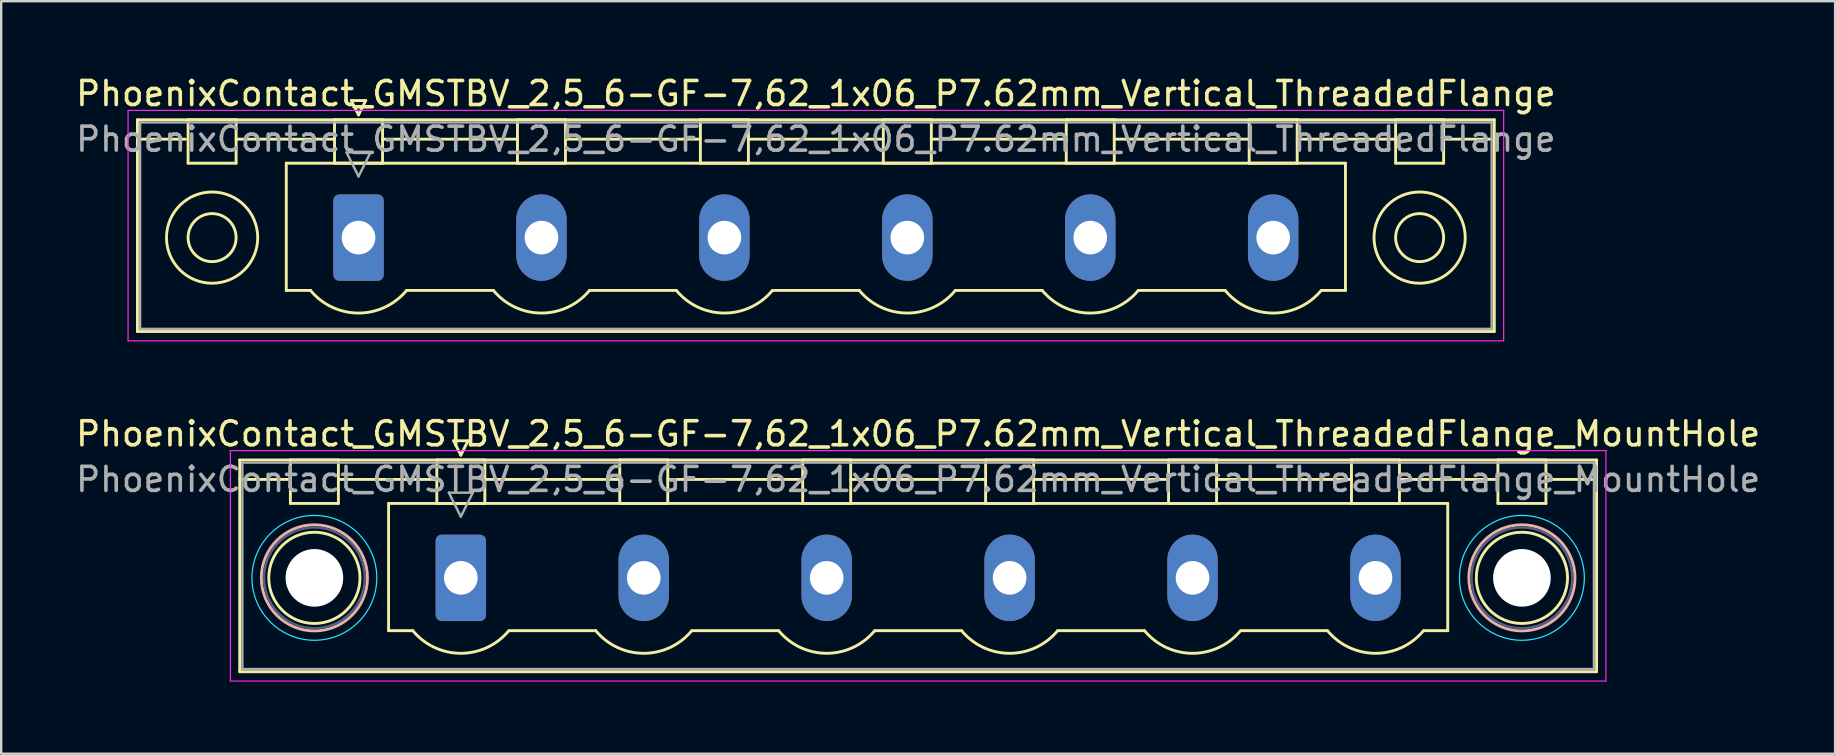
<source format=kicad_pcb>
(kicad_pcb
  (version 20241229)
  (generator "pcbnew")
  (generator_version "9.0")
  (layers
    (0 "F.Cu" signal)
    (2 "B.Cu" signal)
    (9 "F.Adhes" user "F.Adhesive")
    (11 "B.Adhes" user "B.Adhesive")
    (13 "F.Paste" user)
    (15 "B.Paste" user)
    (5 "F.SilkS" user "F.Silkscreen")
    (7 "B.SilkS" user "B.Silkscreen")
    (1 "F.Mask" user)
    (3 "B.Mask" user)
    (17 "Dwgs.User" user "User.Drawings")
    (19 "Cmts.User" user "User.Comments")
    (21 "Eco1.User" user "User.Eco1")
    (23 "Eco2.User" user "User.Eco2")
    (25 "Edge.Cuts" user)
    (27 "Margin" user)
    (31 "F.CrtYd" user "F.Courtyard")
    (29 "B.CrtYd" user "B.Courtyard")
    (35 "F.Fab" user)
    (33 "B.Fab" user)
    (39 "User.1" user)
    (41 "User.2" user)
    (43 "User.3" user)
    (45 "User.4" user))
  (footprint "PhoenixContact_GMSTBV_2,5_6-GF-7,62_1x06_P7.62mm_Vertical_ThreadedFlange"
    (layer "F.Cu")
    (at 11.885 6.848)
    (property "Reference" "PhoenixContact_GMSTBV_2,5_6-GF-7,62_1x06_P7.62mm_Vertical_ThreadedFlange" (at 19.05 -6 0) (layer "F.SilkS") (effects (font (size 1 1) (thickness 0.15))))
    (attr through_hole)
    (fp_line (start -9.21 -4.91) (end -9.21 3.91) (stroke (width 0.12) (type solid)) (layer "F.SilkS"))
    (fp_line (start -9.21 -4.1) (end -7.21 -4.1) (stroke (width 0.12) (type solid)) (layer "F.SilkS"))
    (fp_line (start -9.21 3.91) (end 47.31 3.91) (stroke (width 0.12) (type solid)) (layer "F.SilkS"))
    (fp_line (start -7.1 -4.91) (end -5.1 -4.91) (stroke (width 0.12) (type solid)) (layer "F.SilkS"))
    (fp_line (start -7.1 -3.1) (end -7.1 -4.91) (stroke (width 0.12) (type solid)) (layer "F.SilkS"))
    (fp_line (start -5.1 -4.91) (end -5.1 -3.1) (stroke (width 0.12) (type solid)) (layer "F.SilkS"))
    (fp_line (start -5.1 -4.1) (end -1 -4.1) (stroke (width 0.12) (type solid)) (layer "F.SilkS"))
    (fp_line (start -5.1 -3.1) (end -7.1 -3.1) (stroke (width 0.12) (type solid)) (layer "F.SilkS"))
    (fp_line (start -3.01 -3.1) (end 41.11 -3.1) (stroke (width 0.12) (type solid)) (layer "F.SilkS"))
    (fp_line (start -3.01 2.2) (end -3.01 -3.1) (stroke (width 0.12) (type solid)) (layer "F.SilkS"))
    (fp_line (start -2 2.2) (end -3.01 2.2) (stroke (width 0.12) (type solid)) (layer "F.SilkS"))
    (fp_line (start -1 -4.91) (end 1 -4.91) (stroke (width 0.12) (type solid)) (layer "F.SilkS"))
    (fp_line (start -1 -3.1) (end -1 -4.91) (stroke (width 0.12) (type solid)) (layer "F.SilkS"))
    (fp_line (start -0.3 -5.71) (end 0.3 -5.71) (stroke (width 0.12) (type solid)) (layer "F.SilkS"))
    (fp_line (start 0 -5.11) (end -0.3 -5.71) (stroke (width 0.12) (type solid)) (layer "F.SilkS"))
    (fp_line (start 0.3 -5.71) (end 0 -5.11) (stroke (width 0.12) (type solid)) (layer "F.SilkS"))
    (fp_line (start 1 -4.91) (end 1 -3.1) (stroke (width 0.12) (type solid)) (layer "F.SilkS"))
    (fp_line (start 1 -4.1) (end 6.62 -4.1) (stroke (width 0.12) (type solid)) (layer "F.SilkS"))
    (fp_line (start 1 -3.1) (end -1 -3.1) (stroke (width 0.12) (type solid)) (layer "F.SilkS"))
    (fp_line (start 2 2.2) (end 5.62 2.2) (stroke (width 0.12) (type solid)) (layer "F.SilkS"))
    (fp_line (start 6.62 -4.91) (end 8.62 -4.91) (stroke (width 0.12) (type solid)) (layer "F.SilkS"))
    (fp_line (start 6.62 -3.1) (end 6.62 -4.91) (stroke (width 0.12) (type solid)) (layer "F.SilkS"))
    (fp_line (start 8.62 -4.91) (end 8.62 -3.1) (stroke (width 0.12) (type solid)) (layer "F.SilkS"))
    (fp_line (start 8.62 -4.1) (end 14.24 -4.1) (stroke (width 0.12) (type solid)) (layer "F.SilkS"))
    (fp_line (start 8.62 -3.1) (end 6.62 -3.1) (stroke (width 0.12) (type solid)) (layer "F.SilkS"))
    (fp_line (start 9.62 2.2) (end 13.24 2.2) (stroke (width 0.12) (type solid)) (layer "F.SilkS"))
    (fp_line (start 14.24 -4.91) (end 16.24 -4.91) (stroke (width 0.12) (type solid)) (layer "F.SilkS"))
    (fp_line (start 14.24 -3.1) (end 14.24 -4.91) (stroke (width 0.12) (type solid)) (layer "F.SilkS"))
    (fp_line (start 16.24 -4.91) (end 16.24 -3.1) (stroke (width 0.12) (type solid)) (layer "F.SilkS"))
    (fp_line (start 16.24 -4.1) (end 21.86 -4.1) (stroke (width 0.12) (type solid)) (layer "F.SilkS"))
    (fp_line (start 16.24 -3.1) (end 14.24 -3.1) (stroke (width 0.12) (type solid)) (layer "F.SilkS"))
    (fp_line (start 17.24 2.2) (end 20.86 2.2) (stroke (width 0.12) (type solid)) (layer "F.SilkS"))
    (fp_line (start 21.86 -4.91) (end 23.86 -4.91) (stroke (width 0.12) (type solid)) (layer "F.SilkS"))
    (fp_line (start 21.86 -3.1) (end 21.86 -4.91) (stroke (width 0.12) (type solid)) (layer "F.SilkS"))
    (fp_line (start 23.86 -4.91) (end 23.86 -3.1) (stroke (width 0.12) (type solid)) (layer "F.SilkS"))
    (fp_line (start 23.86 -4.1) (end 29.48 -4.1) (stroke (width 0.12) (type solid)) (layer "F.SilkS"))
    (fp_line (start 23.86 -3.1) (end 21.86 -3.1) (stroke (width 0.12) (type solid)) (layer "F.SilkS"))
    (fp_line (start 24.86 2.2) (end 28.48 2.2) (stroke (width 0.12) (type solid)) (layer "F.SilkS"))
    (fp_line (start 29.48 -4.91) (end 31.48 -4.91) (stroke (width 0.12) (type solid)) (layer "F.SilkS"))
    (fp_line (start 29.48 -3.1) (end 29.48 -4.91) (stroke (width 0.12) (type solid)) (layer "F.SilkS"))
    (fp_line (start 31.48 -4.91) (end 31.48 -3.1) (stroke (width 0.12) (type solid)) (layer "F.SilkS"))
    (fp_line (start 31.48 -4.1) (end 37.1 -4.1) (stroke (width 0.12) (type solid)) (layer "F.SilkS"))
    (fp_line (start 31.48 -3.1) (end 29.48 -3.1) (stroke (width 0.12) (type solid)) (layer "F.SilkS"))
    (fp_line (start 32.48 2.2) (end 36.1 2.2) (stroke (width 0.12) (type solid)) (layer "F.SilkS"))
    (fp_line (start 37.1 -4.91) (end 39.1 -4.91) (stroke (width 0.12) (type solid)) (layer "F.SilkS"))
    (fp_line (start 37.1 -3.1) (end 37.1 -4.91) (stroke (width 0.12) (type solid)) (layer "F.SilkS"))
    (fp_line (start 39.1 -4.91) (end 39.1 -3.1) (stroke (width 0.12) (type solid)) (layer "F.SilkS"))
    (fp_line (start 39.1 -4.1) (end 43.2 -4.1) (stroke (width 0.12) (type solid)) (layer "F.SilkS"))
    (fp_line (start 39.1 -3.1) (end 37.1 -3.1) (stroke (width 0.12) (type solid)) (layer "F.SilkS"))
    (fp_line (start 41.11 -3.1) (end 41.11 2.2) (stroke (width 0.12) (type solid)) (layer "F.SilkS"))
    (fp_line (start 41.11 2.2) (end 40.1 2.2) (stroke (width 0.12) (type solid)) (layer "F.SilkS"))
    (fp_line (start 43.2 -4.91) (end 45.2 -4.91) (stroke (width 0.12) (type solid)) (layer "F.SilkS"))
    (fp_line (start 43.2 -3.1) (end 43.2 -4.91) (stroke (width 0.12) (type solid)) (layer "F.SilkS"))
    (fp_line (start 45.2 -4.91) (end 45.2 -3.1) (stroke (width 0.12) (type solid)) (layer "F.SilkS"))
    (fp_line (start 45.2 -3.1) (end 43.2 -3.1) (stroke (width 0.12) (type solid)) (layer "F.SilkS"))
    (fp_line (start 47.31 -4.91) (end -9.21 -4.91) (stroke (width 0.12) (type solid)) (layer "F.SilkS"))
    (fp_line (start 47.31 -4.1) (end 45.31 -4.1) (stroke (width 0.12) (type solid)) (layer "F.SilkS"))
    (fp_line (start 47.31 3.91) (end 47.31 -4.91) (stroke (width 0.12) (type solid)) (layer "F.SilkS"))
    (fp_arc (start 1.986842 2.215821) (mid -0.010289 3.142758) (end -2 2.2) (stroke (width 0.12) (type solid)) (layer "F.SilkS"))
    (fp_arc (start 9.606842 2.215821) (mid 7.609711 3.142758) (end 5.62 2.2) (stroke (width 0.12) (type solid)) (layer "F.SilkS"))
    (fp_arc (start 17.226842 2.215821) (mid 15.229711 3.142758) (end 13.24 2.2) (stroke (width 0.12) (type solid)) (layer "F.SilkS"))
    (fp_arc (start 24.846842 2.215821) (mid 22.849711 3.142758) (end 20.86 2.2) (stroke (width 0.12) (type solid)) (layer "F.SilkS"))
    (fp_arc (start 32.466842 2.215821) (mid 30.469711 3.142758) (end 28.48 2.2) (stroke (width 0.12) (type solid)) (layer "F.SilkS"))
    (fp_arc (start 40.086842 2.215821) (mid 38.089711 3.142758) (end 36.1 2.2) (stroke (width 0.12) (type solid)) (layer "F.SilkS"))
    (fp_circle (center -6.1 0) (end -5.1 0) (stroke (width 0.12) (type solid)) (fill no) (layer "F.SilkS"))
    (fp_circle (center -6.1 0) (end -4.2 0) (stroke (width 0.12) (type solid)) (fill no) (layer "F.SilkS"))
    (fp_circle (center 44.2 0) (end 45.2 0) (stroke (width 0.12) (type solid)) (fill no) (layer "F.SilkS"))
    (fp_circle (center 44.2 0) (end 46.1 0) (stroke (width 0.12) (type solid)) (fill no) (layer "F.SilkS"))
    (fp_line (start -9.6 -5.3) (end -9.6 4.3) (stroke (width 0.05) (type solid)) (layer "F.CrtYd"))
    (fp_line (start -9.6 4.3) (end 47.7 4.3) (stroke (width 0.05) (type solid)) (layer "F.CrtYd"))
    (fp_line (start 47.7 -5.3) (end -9.6 -5.3) (stroke (width 0.05) (type solid)) (layer "F.CrtYd"))
    (fp_line (start 47.7 4.3) (end 47.7 -5.3) (stroke (width 0.05) (type solid)) (layer "F.CrtYd"))
    (fp_line (start -9.1 -4.8) (end -9.1 3.8) (stroke (width 0.1) (type solid)) (layer "F.Fab"))
    (fp_line (start -9.1 3.8) (end 47.2 3.8) (stroke (width 0.1) (type solid)) (layer "F.Fab"))
    (fp_line (start -0.5 -3.55) (end 0.5 -3.55) (stroke (width 0.1) (type solid)) (layer "F.Fab"))
    (fp_line (start 0 -2.55) (end -0.5 -3.55) (stroke (width 0.1) (type solid)) (layer "F.Fab"))
    (fp_line (start 0.5 -3.55) (end 0 -2.55) (stroke (width 0.1) (type solid)) (layer "F.Fab"))
    (fp_line (start 47.2 -4.8) (end -9.1 -4.8) (stroke (width 0.1) (type solid)) (layer "F.Fab"))
    (fp_line (start 47.2 3.8) (end 47.2 -4.8) (stroke (width 0.1) (type solid)) (layer "F.Fab"))
    (fp_text user "${REFERENCE}" (at 19.05 -4.1 0) (layer "F.Fab") (effects (font (size 1 1) (thickness 0.15))))
    (pad "1" thru_hole roundrect (at 0 0) (size 2.1 3.6) (drill 1.4) (layers "*.Cu" "*.Mask") (roundrect_rratio 0.119))
    (pad "2" thru_hole oval (at 7.62 0) (size 2.1 3.6) (drill 1.4) (layers "*.Cu" "*.Mask"))
    (pad "3" thru_hole oval (at 15.24 0) (size 2.1 3.6) (drill 1.4) (layers "*.Cu" "*.Mask"))
    (pad "4" thru_hole oval (at 22.86 0) (size 2.1 3.6) (drill 1.4) (layers "*.Cu" "*.Mask"))
    (pad "5" thru_hole oval (at 30.48 0) (size 2.1 3.6) (drill 1.4) (layers "*.Cu" "*.Mask"))
    (pad "6" thru_hole oval (at 38.1 0) (size 2.1 3.6) (drill 1.4) (layers "*.Cu" "*.Mask")))
  (footprint "PhoenixContact_GMSTBV_2,5_6-GF-7,62_1x06_P7.62mm_Vertical_ThreadedFlange_MountHole"
    (layer "F.Cu")
    (at 16.146 21.021)
    (property "Reference" "PhoenixContact_GMSTBV_2,5_6-GF-7,62_1x06_P7.62mm_Vertical_ThreadedFlange_MountHole" (at 19.05 -6 0) (layer "F.SilkS") (effects (font (size 1 1) (thickness 0.15))))
    (attr through_hole)
    (fp_line (start -9.21 -4.91) (end -9.21 3.91) (stroke (width 0.12) (type solid)) (layer "F.SilkS"))
    (fp_line (start -9.21 -4.1) (end -7.21 -4.1) (stroke (width 0.12) (type solid)) (layer "F.SilkS"))
    (fp_line (start -9.21 3.91) (end 47.31 3.91) (stroke (width 0.12) (type solid)) (layer "F.SilkS"))
    (fp_line (start -7.1 -4.91) (end -5.1 -4.91) (stroke (width 0.12) (type solid)) (layer "F.SilkS"))
    (fp_line (start -7.1 -3.1) (end -7.1 -4.91) (stroke (width 0.12) (type solid)) (layer "F.SilkS"))
    (fp_line (start -5.1 -4.91) (end -5.1 -3.1) (stroke (width 0.12) (type solid)) (layer "F.SilkS"))
    (fp_line (start -5.1 -4.1) (end -1 -4.1) (stroke (width 0.12) (type solid)) (layer "F.SilkS"))
    (fp_line (start -5.1 -3.1) (end -7.1 -3.1) (stroke (width 0.12) (type solid)) (layer "F.SilkS"))
    (fp_line (start -3.01 -3.1) (end 41.11 -3.1) (stroke (width 0.12) (type solid)) (layer "F.SilkS"))
    (fp_line (start -3.01 2.2) (end -3.01 -3.1) (stroke (width 0.12) (type solid)) (layer "F.SilkS"))
    (fp_line (start -2 2.2) (end -3.01 2.2) (stroke (width 0.12) (type solid)) (layer "F.SilkS"))
    (fp_line (start -1 -4.91) (end 1 -4.91) (stroke (width 0.12) (type solid)) (layer "F.SilkS"))
    (fp_line (start -1 -3.1) (end -1 -4.91) (stroke (width 0.12) (type solid)) (layer "F.SilkS"))
    (fp_line (start -0.3 -5.71) (end 0.3 -5.71) (stroke (width 0.12) (type solid)) (layer "F.SilkS"))
    (fp_line (start 0 -5.11) (end -0.3 -5.71) (stroke (width 0.12) (type solid)) (layer "F.SilkS"))
    (fp_line (start 0.3 -5.71) (end 0 -5.11) (stroke (width 0.12) (type solid)) (layer "F.SilkS"))
    (fp_line (start 1 -4.91) (end 1 -3.1) (stroke (width 0.12) (type solid)) (layer "F.SilkS"))
    (fp_line (start 1 -4.1) (end 6.62 -4.1) (stroke (width 0.12) (type solid)) (layer "F.SilkS"))
    (fp_line (start 1 -3.1) (end -1 -3.1) (stroke (width 0.12) (type solid)) (layer "F.SilkS"))
    (fp_line (start 2 2.2) (end 5.62 2.2) (stroke (width 0.12) (type solid)) (layer "F.SilkS"))
    (fp_line (start 6.62 -4.91) (end 8.62 -4.91) (stroke (width 0.12) (type solid)) (layer "F.SilkS"))
    (fp_line (start 6.62 -3.1) (end 6.62 -4.91) (stroke (width 0.12) (type solid)) (layer "F.SilkS"))
    (fp_line (start 8.62 -4.91) (end 8.62 -3.1) (stroke (width 0.12) (type solid)) (layer "F.SilkS"))
    (fp_line (start 8.62 -4.1) (end 14.24 -4.1) (stroke (width 0.12) (type solid)) (layer "F.SilkS"))
    (fp_line (start 8.62 -3.1) (end 6.62 -3.1) (stroke (width 0.12) (type solid)) (layer "F.SilkS"))
    (fp_line (start 9.62 2.2) (end 13.24 2.2) (stroke (width 0.12) (type solid)) (layer "F.SilkS"))
    (fp_line (start 14.24 -4.91) (end 16.24 -4.91) (stroke (width 0.12) (type solid)) (layer "F.SilkS"))
    (fp_line (start 14.24 -3.1) (end 14.24 -4.91) (stroke (width 0.12) (type solid)) (layer "F.SilkS"))
    (fp_line (start 16.24 -4.91) (end 16.24 -3.1) (stroke (width 0.12) (type solid)) (layer "F.SilkS"))
    (fp_line (start 16.24 -4.1) (end 21.86 -4.1) (stroke (width 0.12) (type solid)) (layer "F.SilkS"))
    (fp_line (start 16.24 -3.1) (end 14.24 -3.1) (stroke (width 0.12) (type solid)) (layer "F.SilkS"))
    (fp_line (start 17.24 2.2) (end 20.86 2.2) (stroke (width 0.12) (type solid)) (layer "F.SilkS"))
    (fp_line (start 21.86 -4.91) (end 23.86 -4.91) (stroke (width 0.12) (type solid)) (layer "F.SilkS"))
    (fp_line (start 21.86 -3.1) (end 21.86 -4.91) (stroke (width 0.12) (type solid)) (layer "F.SilkS"))
    (fp_line (start 23.86 -4.91) (end 23.86 -3.1) (stroke (width 0.12) (type solid)) (layer "F.SilkS"))
    (fp_line (start 23.86 -4.1) (end 29.48 -4.1) (stroke (width 0.12) (type solid)) (layer "F.SilkS"))
    (fp_line (start 23.86 -3.1) (end 21.86 -3.1) (stroke (width 0.12) (type solid)) (layer "F.SilkS"))
    (fp_line (start 24.86 2.2) (end 28.48 2.2) (stroke (width 0.12) (type solid)) (layer "F.SilkS"))
    (fp_line (start 29.48 -4.91) (end 31.48 -4.91) (stroke (width 0.12) (type solid)) (layer "F.SilkS"))
    (fp_line (start 29.48 -3.1) (end 29.48 -4.91) (stroke (width 0.12) (type solid)) (layer "F.SilkS"))
    (fp_line (start 31.48 -4.91) (end 31.48 -3.1) (stroke (width 0.12) (type solid)) (layer "F.SilkS"))
    (fp_line (start 31.48 -4.1) (end 37.1 -4.1) (stroke (width 0.12) (type solid)) (layer "F.SilkS"))
    (fp_line (start 31.48 -3.1) (end 29.48 -3.1) (stroke (width 0.12) (type solid)) (layer "F.SilkS"))
    (fp_line (start 32.48 2.2) (end 36.1 2.2) (stroke (width 0.12) (type solid)) (layer "F.SilkS"))
    (fp_line (start 37.1 -4.91) (end 39.1 -4.91) (stroke (width 0.12) (type solid)) (layer "F.SilkS"))
    (fp_line (start 37.1 -3.1) (end 37.1 -4.91) (stroke (width 0.12) (type solid)) (layer "F.SilkS"))
    (fp_line (start 39.1 -4.91) (end 39.1 -3.1) (stroke (width 0.12) (type solid)) (layer "F.SilkS"))
    (fp_line (start 39.1 -4.1) (end 43.2 -4.1) (stroke (width 0.12) (type solid)) (layer "F.SilkS"))
    (fp_line (start 39.1 -3.1) (end 37.1 -3.1) (stroke (width 0.12) (type solid)) (layer "F.SilkS"))
    (fp_line (start 41.11 -3.1) (end 41.11 2.2) (stroke (width 0.12) (type solid)) (layer "F.SilkS"))
    (fp_line (start 41.11 2.2) (end 40.1 2.2) (stroke (width 0.12) (type solid)) (layer "F.SilkS"))
    (fp_line (start 43.2 -4.91) (end 45.2 -4.91) (stroke (width 0.12) (type solid)) (layer "F.SilkS"))
    (fp_line (start 43.2 -3.1) (end 43.2 -4.91) (stroke (width 0.12) (type solid)) (layer "F.SilkS"))
    (fp_line (start 45.2 -4.91) (end 45.2 -3.1) (stroke (width 0.12) (type solid)) (layer "F.SilkS"))
    (fp_line (start 45.2 -3.1) (end 43.2 -3.1) (stroke (width 0.12) (type solid)) (layer "F.SilkS"))
    (fp_line (start 47.31 -4.91) (end -9.21 -4.91) (stroke (width 0.12) (type solid)) (layer "F.SilkS"))
    (fp_line (start 47.31 -4.1) (end 45.31 -4.1) (stroke (width 0.12) (type solid)) (layer "F.SilkS"))
    (fp_line (start 47.31 3.91) (end 47.31 -4.91) (stroke (width 0.12) (type solid)) (layer "F.SilkS"))
    (fp_arc (start 1.986842 2.215821) (mid -0.010289 3.142758) (end -2 2.2) (stroke (width 0.12) (type solid)) (layer "F.SilkS"))
    (fp_arc (start 9.606842 2.215821) (mid 7.609711 3.142758) (end 5.62 2.2) (stroke (width 0.12) (type solid)) (layer "F.SilkS"))
    (fp_arc (start 17.226842 2.215821) (mid 15.229711 3.142758) (end 13.24 2.2) (stroke (width 0.12) (type solid)) (layer "F.SilkS"))
    (fp_arc (start 24.846842 2.215821) (mid 22.849711 3.142758) (end 20.86 2.2) (stroke (width 0.12) (type solid)) (layer "F.SilkS"))
    (fp_arc (start 32.466842 2.215821) (mid 30.469711 3.142758) (end 28.48 2.2) (stroke (width 0.12) (type solid)) (layer "F.SilkS"))
    (fp_arc (start 40.086842 2.215821) (mid 38.089711 3.142758) (end 36.1 2.2) (stroke (width 0.12) (type solid)) (layer "F.SilkS"))
    (fp_circle (center -6.1 0) (end -4.2 0) (stroke (width 0.12) (type solid)) (fill no) (layer "F.SilkS"))
    (fp_circle (center 44.2 0) (end 46.1 0) (stroke (width 0.12) (type solid)) (fill no) (layer "F.SilkS"))
    (fp_circle (center -6.1 0) (end -3.89 0) (stroke (width 0.12) (type solid)) (fill no) (layer "B.SilkS"))
    (fp_circle (center 44.2 0) (end 46.41 0) (stroke (width 0.12) (type solid)) (fill no) (layer "B.SilkS"))
    (fp_circle (center -6.1 0) (end -3.5 0) (stroke (width 0.05) (type solid)) (fill no) (layer "B.CrtYd"))
    (fp_circle (center 44.2 0) (end 46.8 0) (stroke (width 0.05) (type solid)) (fill no) (layer "B.CrtYd"))
    (fp_line (start -9.6 -5.3) (end -9.6 4.3) (stroke (width 0.05) (type solid)) (layer "F.CrtYd"))
    (fp_line (start -9.6 4.3) (end 47.7 4.3) (stroke (width 0.05) (type solid)) (layer "F.CrtYd"))
    (fp_line (start 47.7 -5.3) (end -9.6 -5.3) (stroke (width 0.05) (type solid)) (layer "F.CrtYd"))
    (fp_line (start 47.7 4.3) (end 47.7 -5.3) (stroke (width 0.05) (type solid)) (layer "F.CrtYd"))
    (fp_circle (center -6.1 0) (end -4 0) (stroke (width 0.1) (type solid)) (fill no) (layer "B.Fab"))
    (fp_circle (center 44.2 0) (end 46.3 0) (stroke (width 0.1) (type solid)) (fill no) (layer "B.Fab"))
    (fp_line (start -9.1 -4.8) (end -9.1 3.8) (stroke (width 0.1) (type solid)) (layer "F.Fab"))
    (fp_line (start -9.1 3.8) (end 47.2 3.8) (stroke (width 0.1) (type solid)) (layer "F.Fab"))
    (fp_line (start -0.5 -3.55) (end 0.5 -3.55) (stroke (width 0.1) (type solid)) (layer "F.Fab"))
    (fp_line (start 0 -2.55) (end -0.5 -3.55) (stroke (width 0.1) (type solid)) (layer "F.Fab"))
    (fp_line (start 0.5 -3.55) (end 0 -2.55) (stroke (width 0.1) (type solid)) (layer "F.Fab"))
    (fp_line (start 47.2 -4.8) (end -9.1 -4.8) (stroke (width 0.1) (type solid)) (layer "F.Fab"))
    (fp_line (start 47.2 3.8) (end 47.2 -4.8) (stroke (width 0.1) (type solid)) (layer "F.Fab"))
    (fp_text user "${REFERENCE}" (at 19.05 -4.1 0) (layer "F.Fab") (effects (font (size 1 1) (thickness 0.15))))
    (pad "" np_thru_hole circle (at -6.1 0) (size 2.4 2.4) (drill 2.4) (layers "*.Cu" "*.Mask"))
    (pad "" np_thru_hole circle (at 44.2 0) (size 2.4 2.4) (drill 2.4) (layers "*.Cu" "*.Mask"))
    (pad "1" thru_hole roundrect (at 0 0) (size 2.1 3.6) (drill 1.4) (layers "*.Cu" "*.Mask") (roundrect_rratio 0.119))
    (pad "2" thru_hole oval (at 7.62 0) (size 2.1 3.6) (drill 1.4) (layers "*.Cu" "*.Mask"))
    (pad "3" thru_hole oval (at 15.24 0) (size 2.1 3.6) (drill 1.4) (layers "*.Cu" "*.Mask"))
    (pad "4" thru_hole oval (at 22.86 0) (size 2.1 3.6) (drill 1.4) (layers "*.Cu" "*.Mask"))
    (pad "5" thru_hole oval (at 30.48 0) (size 2.1 3.6) (drill 1.4) (layers "*.Cu" "*.Mask"))
    (pad "6" thru_hole oval (at 38.1 0) (size 2.1 3.6) (drill 1.4) (layers "*.Cu" "*.Mask")))
  (gr_rect
    (start -3 -3)
    (end 73.393 28.346)
    (stroke (width 0.1) (type default))
    (fill no)
    (layer "Edge.Cuts")))
</source>
